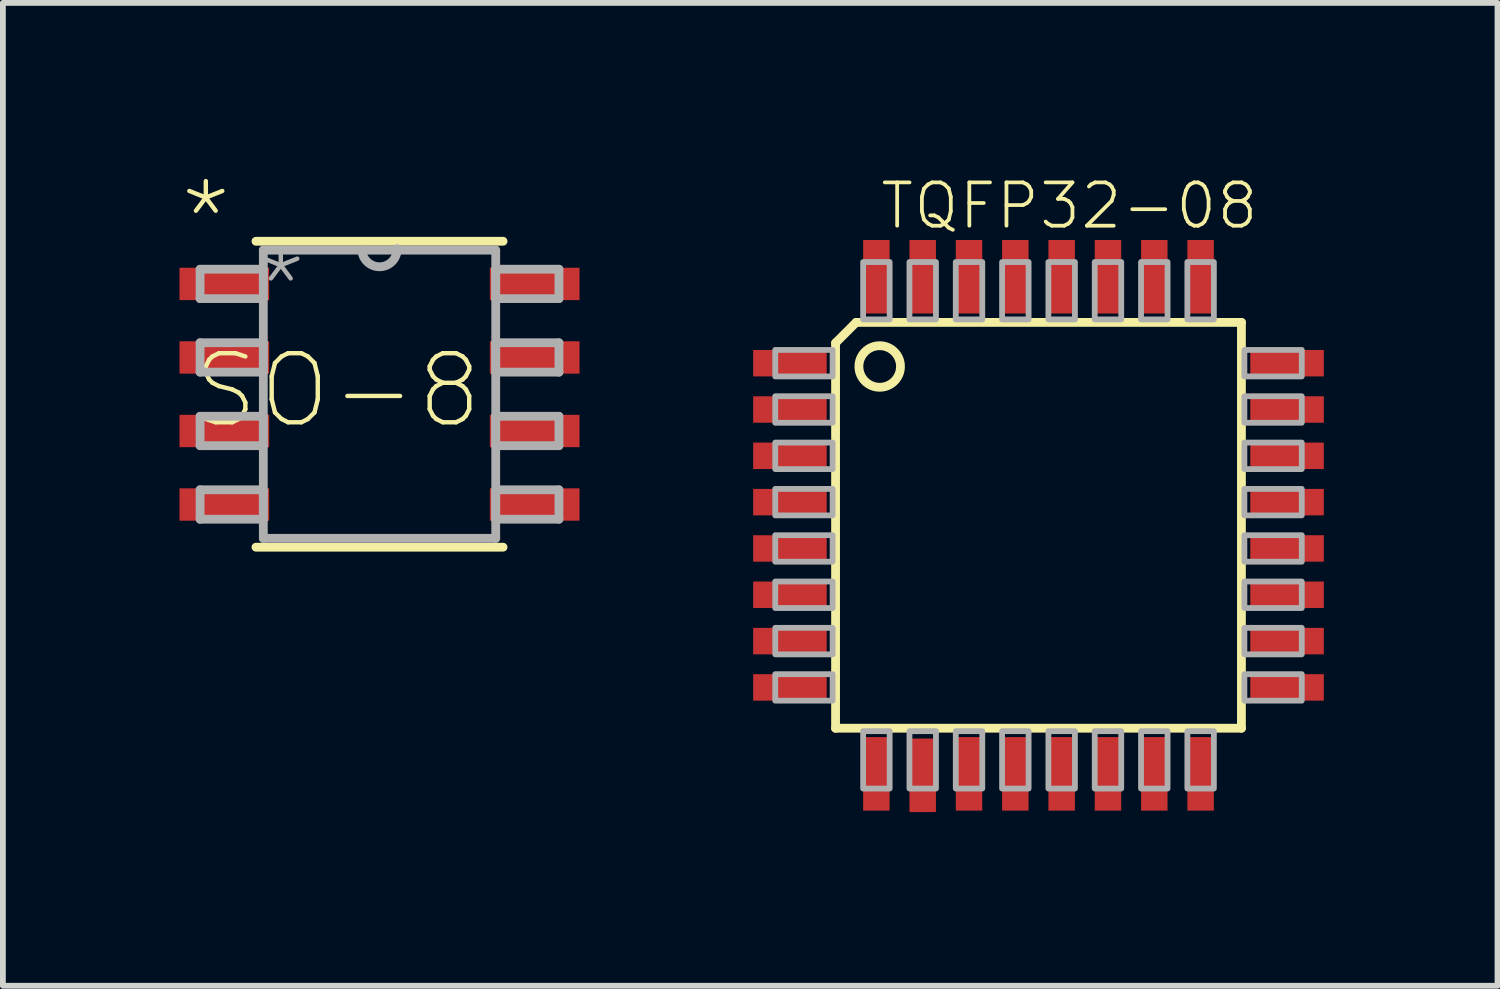
<source format=kicad_pcb>
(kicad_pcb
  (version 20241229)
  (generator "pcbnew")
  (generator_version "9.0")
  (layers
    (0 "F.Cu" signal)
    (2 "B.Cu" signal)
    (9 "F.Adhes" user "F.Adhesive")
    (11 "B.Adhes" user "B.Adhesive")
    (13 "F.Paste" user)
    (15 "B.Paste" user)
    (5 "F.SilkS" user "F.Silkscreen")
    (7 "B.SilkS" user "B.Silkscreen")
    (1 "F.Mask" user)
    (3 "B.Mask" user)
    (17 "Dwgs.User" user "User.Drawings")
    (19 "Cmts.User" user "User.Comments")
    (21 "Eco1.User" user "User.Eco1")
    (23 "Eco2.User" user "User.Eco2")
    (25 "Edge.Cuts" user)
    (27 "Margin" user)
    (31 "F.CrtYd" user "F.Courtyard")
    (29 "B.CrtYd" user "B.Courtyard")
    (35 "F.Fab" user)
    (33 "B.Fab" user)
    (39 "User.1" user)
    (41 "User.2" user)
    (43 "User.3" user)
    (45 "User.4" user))
  (footprint "SO-8"
    (layer "F.Cu")
    (at 3.505 3.759)
    (property "Reference" "SO-8" (at -3.277 0.635 0) (unlocked yes) (layer "F.SilkS") (effects (font (size 1.194 1.194) (thickness 0.076)) (justify left bottom)))
    (fp_line (start -2.134 2.642) (end 2.134 2.642) (stroke (width 0.152) (type solid)) (layer "F.SilkS"))
    (fp_line (start 2.134 -2.642) (end -2.134 -2.642) (stroke (width 0.152) (type solid)) (layer "F.SilkS"))
    (fp_line (start -3.099 -2.159) (end -3.099 -1.651) (stroke (width 0.152) (type solid)) (layer "F.Fab"))
    (fp_line (start -3.099 -1.651) (end -2.007 -1.651) (stroke (width 0.152) (type solid)) (layer "F.Fab"))
    (fp_line (start -3.099 -0.889) (end -3.099 -0.381) (stroke (width 0.152) (type solid)) (layer "F.Fab"))
    (fp_line (start -3.099 -0.381) (end -2.007 -0.381) (stroke (width 0.152) (type solid)) (layer "F.Fab"))
    (fp_line (start -3.099 0.381) (end -3.099 0.889) (stroke (width 0.152) (type solid)) (layer "F.Fab"))
    (fp_line (start -3.099 0.889) (end -2.007 0.889) (stroke (width 0.152) (type solid)) (layer "F.Fab"))
    (fp_line (start -3.099 1.651) (end -3.099 2.159) (stroke (width 0.152) (type solid)) (layer "F.Fab"))
    (fp_line (start -3.099 2.159) (end -2.007 2.159) (stroke (width 0.152) (type solid)) (layer "F.Fab"))
    (fp_line (start -2.007 -2.489) (end -2.007 2.489) (stroke (width 0.152) (type solid)) (layer "F.Fab"))
    (fp_line (start -2.007 -2.159) (end -3.099 -2.159) (stroke (width 0.152) (type solid)) (layer "F.Fab"))
    (fp_line (start -2.007 -1.651) (end -2.007 -2.159) (stroke (width 0.152) (type solid)) (layer "F.Fab"))
    (fp_line (start -2.007 -0.889) (end -3.099 -0.889) (stroke (width 0.152) (type solid)) (layer "F.Fab"))
    (fp_line (start -2.007 -0.381) (end -2.007 -0.889) (stroke (width 0.152) (type solid)) (layer "F.Fab"))
    (fp_line (start -2.007 0.381) (end -3.099 0.381) (stroke (width 0.152) (type solid)) (layer "F.Fab"))
    (fp_line (start -2.007 0.889) (end -2.007 0.381) (stroke (width 0.152) (type solid)) (layer "F.Fab"))
    (fp_line (start -2.007 1.651) (end -3.099 1.651) (stroke (width 0.152) (type solid)) (layer "F.Fab"))
    (fp_line (start -2.007 2.159) (end -2.007 1.651) (stroke (width 0.152) (type solid)) (layer "F.Fab"))
    (fp_line (start -2.007 2.489) (end 2.007 2.489) (stroke (width 0.152) (type solid)) (layer "F.Fab"))
    (fp_line (start -0.305 -2.489) (end -2.007 -2.489) (stroke (width 0.152) (type solid)) (layer "F.Fab"))
    (fp_line (start 2.007 -2.489) (end -0.305 -2.489) (stroke (width 0.152) (type solid)) (layer "F.Fab"))
    (fp_line (start 2.007 -2.159) (end 2.007 -1.651) (stroke (width 0.152) (type solid)) (layer "F.Fab"))
    (fp_line (start 2.007 -1.651) (end 3.099 -1.651) (stroke (width 0.152) (type solid)) (layer "F.Fab"))
    (fp_line (start 2.007 -0.889) (end 2.007 -0.381) (stroke (width 0.152) (type solid)) (layer "F.Fab"))
    (fp_line (start 2.007 -0.381) (end 3.099 -0.381) (stroke (width 0.152) (type solid)) (layer "F.Fab"))
    (fp_line (start 2.007 0.381) (end 2.007 0.889) (stroke (width 0.152) (type solid)) (layer "F.Fab"))
    (fp_line (start 2.007 0.889) (end 3.099 0.889) (stroke (width 0.152) (type solid)) (layer "F.Fab"))
    (fp_line (start 2.007 1.651) (end 2.007 2.159) (stroke (width 0.152) (type solid)) (layer "F.Fab"))
    (fp_line (start 2.007 2.159) (end 3.099 2.159) (stroke (width 0.152) (type solid)) (layer "F.Fab"))
    (fp_line (start 2.007 2.489) (end 2.007 -2.489) (stroke (width 0.152) (type solid)) (layer "F.Fab"))
    (fp_line (start 3.099 -2.159) (end 2.007 -2.159) (stroke (width 0.152) (type solid)) (layer "F.Fab"))
    (fp_line (start 3.099 -1.651) (end 3.099 -2.159) (stroke (width 0.152) (type solid)) (layer "F.Fab"))
    (fp_line (start 3.099 -0.889) (end 2.007 -0.889) (stroke (width 0.152) (type solid)) (layer "F.Fab"))
    (fp_line (start 3.099 -0.381) (end 3.099 -0.889) (stroke (width 0.152) (type solid)) (layer "F.Fab"))
    (fp_line (start 3.099 0.381) (end 2.007 0.381) (stroke (width 0.152) (type solid)) (layer "F.Fab"))
    (fp_line (start 3.099 0.889) (end 3.099 0.381) (stroke (width 0.152) (type solid)) (layer "F.Fab"))
    (fp_line (start 3.099 1.651) (end 2.007 1.651) (stroke (width 0.152) (type solid)) (layer "F.Fab"))
    (fp_line (start 3.099 2.159) (end 3.099 1.651) (stroke (width 0.152) (type solid)) (layer "F.Fab"))
    (fp_arc (start 0.3048 -2.5146) (mid 0.0127 -2.1971) (end -0.3048 -2.4892) (stroke (width 0.1524) (type solid)) (layer "F.Fab"))
    (fp_text user "*" (at -3.505 -2.337 0) (layer "F.SilkS") (effects (font (size 1.194 1.194) (thickness 0.076)) (justify left bottom)))
    (fp_text user "*" (at -2.21 -1.168 0) (layer "F.Fab") (effects (font (size 1.194 1.194) (thickness 0.076)) (justify left bottom)))
    (pad "1" smd rect (at -2.68 -1.905) (size 1.549 0.559) (layers "F.Cu" "F.Mask" "F.Paste"))
    (pad "2" smd rect (at -2.68 -0.635) (size 1.549 0.559) (layers "F.Cu" "F.Mask" "F.Paste"))
    (pad "3" smd rect (at -2.68 0.635) (size 1.549 0.559) (layers "F.Cu" "F.Mask" "F.Paste"))
    (pad "4" smd rect (at -2.68 1.905) (size 1.549 0.559) (layers "F.Cu" "F.Mask" "F.Paste"))
    (pad "5" smd rect (at 2.68 1.905) (size 1.549 0.559) (layers "F.Cu" "F.Mask" "F.Paste"))
    (pad "6" smd rect (at 2.68 0.635) (size 1.549 0.559) (layers "F.Cu" "F.Mask" "F.Paste"))
    (pad "7" smd rect (at 2.68 -0.635) (size 1.549 0.559) (layers "F.Cu" "F.Mask" "F.Paste"))
    (pad "8" smd rect (at 2.68 -1.905) (size 1.549 0.559) (layers "F.Cu" "F.Mask" "F.Paste")))
  (footprint "TQFP32-08"
    (layer "F.Cu")
    (at 14.887 6.023)
    (property "Reference" "TQFP32-08" (at -2.769 -5.08 0) (unlocked yes) (layer "F.SilkS") (effects (font (size 0.748 0.748) (thickness 0.065)) (justify left bottom)))
    (fp_line (start -3.505 3.505) (end -3.505 -3.15) (stroke (width 0.152) (type solid)) (layer "F.SilkS"))
    (fp_line (start -3.15 -3.505) (end -3.505 -3.15) (stroke (width 0.152) (type solid)) (layer "F.SilkS"))
    (fp_line (start -3.15 -3.505) (end 3.505 -3.505) (stroke (width 0.152) (type solid)) (layer "F.SilkS"))
    (fp_line (start 3.505 -3.505) (end 3.505 3.505) (stroke (width 0.152) (type solid)) (layer "F.SilkS"))
    (fp_line (start 3.505 3.505) (end -3.505 3.505) (stroke (width 0.152) (type solid)) (layer "F.SilkS"))
    (fp_circle (center -2.743 -2.743) (end -2.384 -2.743) (stroke (width 0.152) (type solid)) (fill no) (layer "F.SilkS"))
    (fp_poly (pts (xy -4.547 -2.571) (xy -3.556 -2.571) (xy -3.556 -3.029) (xy -4.547 -3.029)) (stroke (width 0.1) (type default)) (fill no) (layer "F.Fab"))
    (fp_poly (pts (xy -4.547 -1.771) (xy -3.556 -1.771) (xy -3.556 -2.229) (xy -4.547 -2.229)) (stroke (width 0.1) (type default)) (fill no) (layer "F.Fab"))
    (fp_poly (pts (xy -4.547 -0.971) (xy -3.556 -0.971) (xy -3.556 -1.429) (xy -4.547 -1.429)) (stroke (width 0.1) (type default)) (fill no) (layer "F.Fab"))
    (fp_poly (pts (xy -4.547 -0.171) (xy -3.556 -0.171) (xy -3.556 -0.629) (xy -4.547 -0.629)) (stroke (width 0.1) (type default)) (fill no) (layer "F.Fab"))
    (fp_poly (pts (xy -4.547 0.629) (xy -3.556 0.629) (xy -3.556 0.171) (xy -4.547 0.171)) (stroke (width 0.1) (type default)) (fill no) (layer "F.Fab"))
    (fp_poly (pts (xy -4.547 1.429) (xy -3.556 1.429) (xy -3.556 0.971) (xy -4.547 0.971)) (stroke (width 0.1) (type default)) (fill no) (layer "F.Fab"))
    (fp_poly (pts (xy -4.547 2.229) (xy -3.556 2.229) (xy -3.556 1.771) (xy -4.547 1.771)) (stroke (width 0.1) (type default)) (fill no) (layer "F.Fab"))
    (fp_poly (pts (xy -4.547 3.029) (xy -3.556 3.029) (xy -3.556 2.571) (xy -4.547 2.571)) (stroke (width 0.1) (type default)) (fill no) (layer "F.Fab"))
    (fp_poly (pts (xy -3.029 -3.556) (xy -2.571 -3.556) (xy -2.571 -4.547) (xy -3.029 -4.547)) (stroke (width 0.1) (type default)) (fill no) (layer "F.Fab"))
    (fp_poly (pts (xy -3.029 4.547) (xy -2.571 4.547) (xy -2.571 3.556) (xy -3.029 3.556)) (stroke (width 0.1) (type default)) (fill no) (layer "F.Fab"))
    (fp_poly (pts (xy -2.229 -3.556) (xy -1.771 -3.556) (xy -1.771 -4.547) (xy -2.229 -4.547)) (stroke (width 0.1) (type default)) (fill no) (layer "F.Fab"))
    (fp_poly (pts (xy -2.229 4.547) (xy -1.771 4.547) (xy -1.771 3.556) (xy -2.229 3.556)) (stroke (width 0.1) (type default)) (fill no) (layer "F.Fab"))
    (fp_poly (pts (xy -1.429 -3.556) (xy -0.971 -3.556) (xy -0.971 -4.547) (xy -1.429 -4.547)) (stroke (width 0.1) (type default)) (fill no) (layer "F.Fab"))
    (fp_poly (pts (xy -1.429 4.547) (xy -0.971 4.547) (xy -0.971 3.556) (xy -1.429 3.556)) (stroke (width 0.1) (type default)) (fill no) (layer "F.Fab"))
    (fp_poly (pts (xy -0.629 -3.556) (xy -0.171 -3.556) (xy -0.171 -4.547) (xy -0.629 -4.547)) (stroke (width 0.1) (type default)) (fill no) (layer "F.Fab"))
    (fp_poly (pts (xy -0.629 4.547) (xy -0.171 4.547) (xy -0.171 3.556) (xy -0.629 3.556)) (stroke (width 0.1) (type default)) (fill no) (layer "F.Fab"))
    (fp_poly (pts (xy 0.171 -3.556) (xy 0.629 -3.556) (xy 0.629 -4.547) (xy 0.171 -4.547)) (stroke (width 0.1) (type default)) (fill no) (layer "F.Fab"))
    (fp_poly (pts (xy 0.171 4.547) (xy 0.629 4.547) (xy 0.629 3.556) (xy 0.171 3.556)) (stroke (width 0.1) (type default)) (fill no) (layer "F.Fab"))
    (fp_poly (pts (xy 0.971 -3.556) (xy 1.429 -3.556) (xy 1.429 -4.547) (xy 0.971 -4.547)) (stroke (width 0.1) (type default)) (fill no) (layer "F.Fab"))
    (fp_poly (pts (xy 0.971 4.547) (xy 1.429 4.547) (xy 1.429 3.556) (xy 0.971 3.556)) (stroke (width 0.1) (type default)) (fill no) (layer "F.Fab"))
    (fp_poly (pts (xy 1.771 -3.556) (xy 2.229 -3.556) (xy 2.229 -4.547) (xy 1.771 -4.547)) (stroke (width 0.1) (type default)) (fill no) (layer "F.Fab"))
    (fp_poly (pts (xy 1.771 4.547) (xy 2.229 4.547) (xy 2.229 3.556) (xy 1.771 3.556)) (stroke (width 0.1) (type default)) (fill no) (layer "F.Fab"))
    (fp_poly (pts (xy 2.571 -3.556) (xy 3.029 -3.556) (xy 3.029 -4.547) (xy 2.571 -4.547)) (stroke (width 0.1) (type default)) (fill no) (layer "F.Fab"))
    (fp_poly (pts (xy 2.571 4.547) (xy 3.029 4.547) (xy 3.029 3.556) (xy 2.571 3.556)) (stroke (width 0.1) (type default)) (fill no) (layer "F.Fab"))
    (fp_poly (pts (xy 3.556 -2.571) (xy 4.547 -2.571) (xy 4.547 -3.029) (xy 3.556 -3.029)) (stroke (width 0.1) (type default)) (fill no) (layer "F.Fab"))
    (fp_poly (pts (xy 3.556 -1.771) (xy 4.547 -1.771) (xy 4.547 -2.229) (xy 3.556 -2.229)) (stroke (width 0.1) (type default)) (fill no) (layer "F.Fab"))
    (fp_poly (pts (xy 3.556 -0.971) (xy 4.547 -0.971) (xy 4.547 -1.429) (xy 3.556 -1.429)) (stroke (width 0.1) (type default)) (fill no) (layer "F.Fab"))
    (fp_poly (pts (xy 3.556 -0.171) (xy 4.547 -0.171) (xy 4.547 -0.629) (xy 3.556 -0.629)) (stroke (width 0.1) (type default)) (fill no) (layer "F.Fab"))
    (fp_poly (pts (xy 3.556 0.629) (xy 4.547 0.629) (xy 4.547 0.171) (xy 3.556 0.171)) (stroke (width 0.1) (type default)) (fill no) (layer "F.Fab"))
    (fp_poly (pts (xy 3.556 1.429) (xy 4.547 1.429) (xy 4.547 0.971) (xy 3.556 0.971)) (stroke (width 0.1) (type default)) (fill no) (layer "F.Fab"))
    (fp_poly (pts (xy 3.556 2.229) (xy 4.547 2.229) (xy 4.547 1.771) (xy 3.556 1.771)) (stroke (width 0.1) (type default)) (fill no) (layer "F.Fab"))
    (fp_poly (pts (xy 3.556 3.029) (xy 4.547 3.029) (xy 4.547 2.571) (xy 3.556 2.571)) (stroke (width 0.1) (type default)) (fill no) (layer "F.Fab"))
    (pad "1" smd rect (at -4.293 -2.8) (size 1.27 0.457) (layers "F.Cu" "F.Mask" "F.Paste"))
    (pad "2" smd rect (at -4.293 -2) (size 1.27 0.457) (layers "F.Cu" "F.Mask" "F.Paste"))
    (pad "3" smd rect (at -4.293 -1.2) (size 1.27 0.457) (layers "F.Cu" "F.Mask" "F.Paste"))
    (pad "4" smd rect (at -4.293 -0.4) (size 1.27 0.457) (layers "F.Cu" "F.Mask" "F.Paste"))
    (pad "5" smd rect (at -4.293 0.4) (size 1.27 0.457) (layers "F.Cu" "F.Mask" "F.Paste"))
    (pad "6" smd rect (at -4.293 1.2) (size 1.27 0.457) (layers "F.Cu" "F.Mask" "F.Paste"))
    (pad "7" smd rect (at -4.293 2) (size 1.27 0.457) (layers "F.Cu" "F.Mask" "F.Paste"))
    (pad "8" smd rect (at -4.293 2.8) (size 1.27 0.457) (layers "F.Cu" "F.Mask" "F.Paste"))
    (pad "9" smd rect (at -2.8 4.293) (size 0.457 1.27) (layers "F.Cu" "F.Mask" "F.Paste"))
    (pad "10" smd rect (at -2 4.318) (size 0.457 1.27) (layers "F.Cu" "F.Mask" "F.Paste"))
    (pad "11" smd rect (at -1.2 4.293) (size 0.457 1.27) (layers "F.Cu" "F.Mask" "F.Paste"))
    (pad "12" smd rect (at -0.4 4.293) (size 0.457 1.27) (layers "F.Cu" "F.Mask" "F.Paste"))
    (pad "13" smd rect (at 0.4 4.293) (size 0.457 1.27) (layers "F.Cu" "F.Mask" "F.Paste"))
    (pad "14" smd rect (at 1.2 4.293) (size 0.457 1.27) (layers "F.Cu" "F.Mask" "F.Paste"))
    (pad "15" smd rect (at 2 4.293) (size 0.457 1.27) (layers "F.Cu" "F.Mask" "F.Paste"))
    (pad "16" smd rect (at 2.8 4.293) (size 0.457 1.27) (layers "F.Cu" "F.Mask" "F.Paste"))
    (pad "17" smd rect (at 4.293 2.8) (size 1.27 0.457) (layers "F.Cu" "F.Mask" "F.Paste"))
    (pad "18" smd rect (at 4.293 2) (size 1.27 0.457) (layers "F.Cu" "F.Mask" "F.Paste"))
    (pad "19" smd rect (at 4.293 1.2) (size 1.27 0.457) (layers "F.Cu" "F.Mask" "F.Paste"))
    (pad "20" smd rect (at 4.293 0.4) (size 1.27 0.457) (layers "F.Cu" "F.Mask" "F.Paste"))
    (pad "21" smd rect (at 4.293 -0.4) (size 1.27 0.457) (layers "F.Cu" "F.Mask" "F.Paste"))
    (pad "22" smd rect (at 4.293 -1.2) (size 1.27 0.457) (layers "F.Cu" "F.Mask" "F.Paste"))
    (pad "23" smd rect (at 4.293 -2) (size 1.27 0.457) (layers "F.Cu" "F.Mask" "F.Paste"))
    (pad "24" smd rect (at 4.293 -2.8) (size 1.27 0.457) (layers "F.Cu" "F.Mask" "F.Paste"))
    (pad "25" smd rect (at 2.8 -4.293) (size 0.457 1.27) (layers "F.Cu" "F.Mask" "F.Paste"))
    (pad "26" smd rect (at 2 -4.293) (size 0.457 1.27) (layers "F.Cu" "F.Mask" "F.Paste"))
    (pad "27" smd rect (at 1.2 -4.293) (size 0.457 1.27) (layers "F.Cu" "F.Mask" "F.Paste"))
    (pad "28" smd rect (at 0.4 -4.293) (size 0.457 1.27) (layers "F.Cu" "F.Mask" "F.Paste"))
    (pad "29" smd rect (at -0.4 -4.293) (size 0.457 1.27) (layers "F.Cu" "F.Mask" "F.Paste"))
    (pad "30" smd rect (at -1.2 -4.293) (size 0.457 1.27) (layers "F.Cu" "F.Mask" "F.Paste"))
    (pad "31" smd rect (at -2 -4.293) (size 0.457 1.27) (layers "F.Cu" "F.Mask" "F.Paste"))
    (pad "32" smd rect (at -2.8 -4.293) (size 0.457 1.27) (layers "F.Cu" "F.Mask" "F.Paste")))
  (gr_rect
    (start -3 -3)
    (end 22.815 13.976)
    (stroke (width 0.1) (type default))
    (fill no)
    (layer "Edge.Cuts")))
</source>
